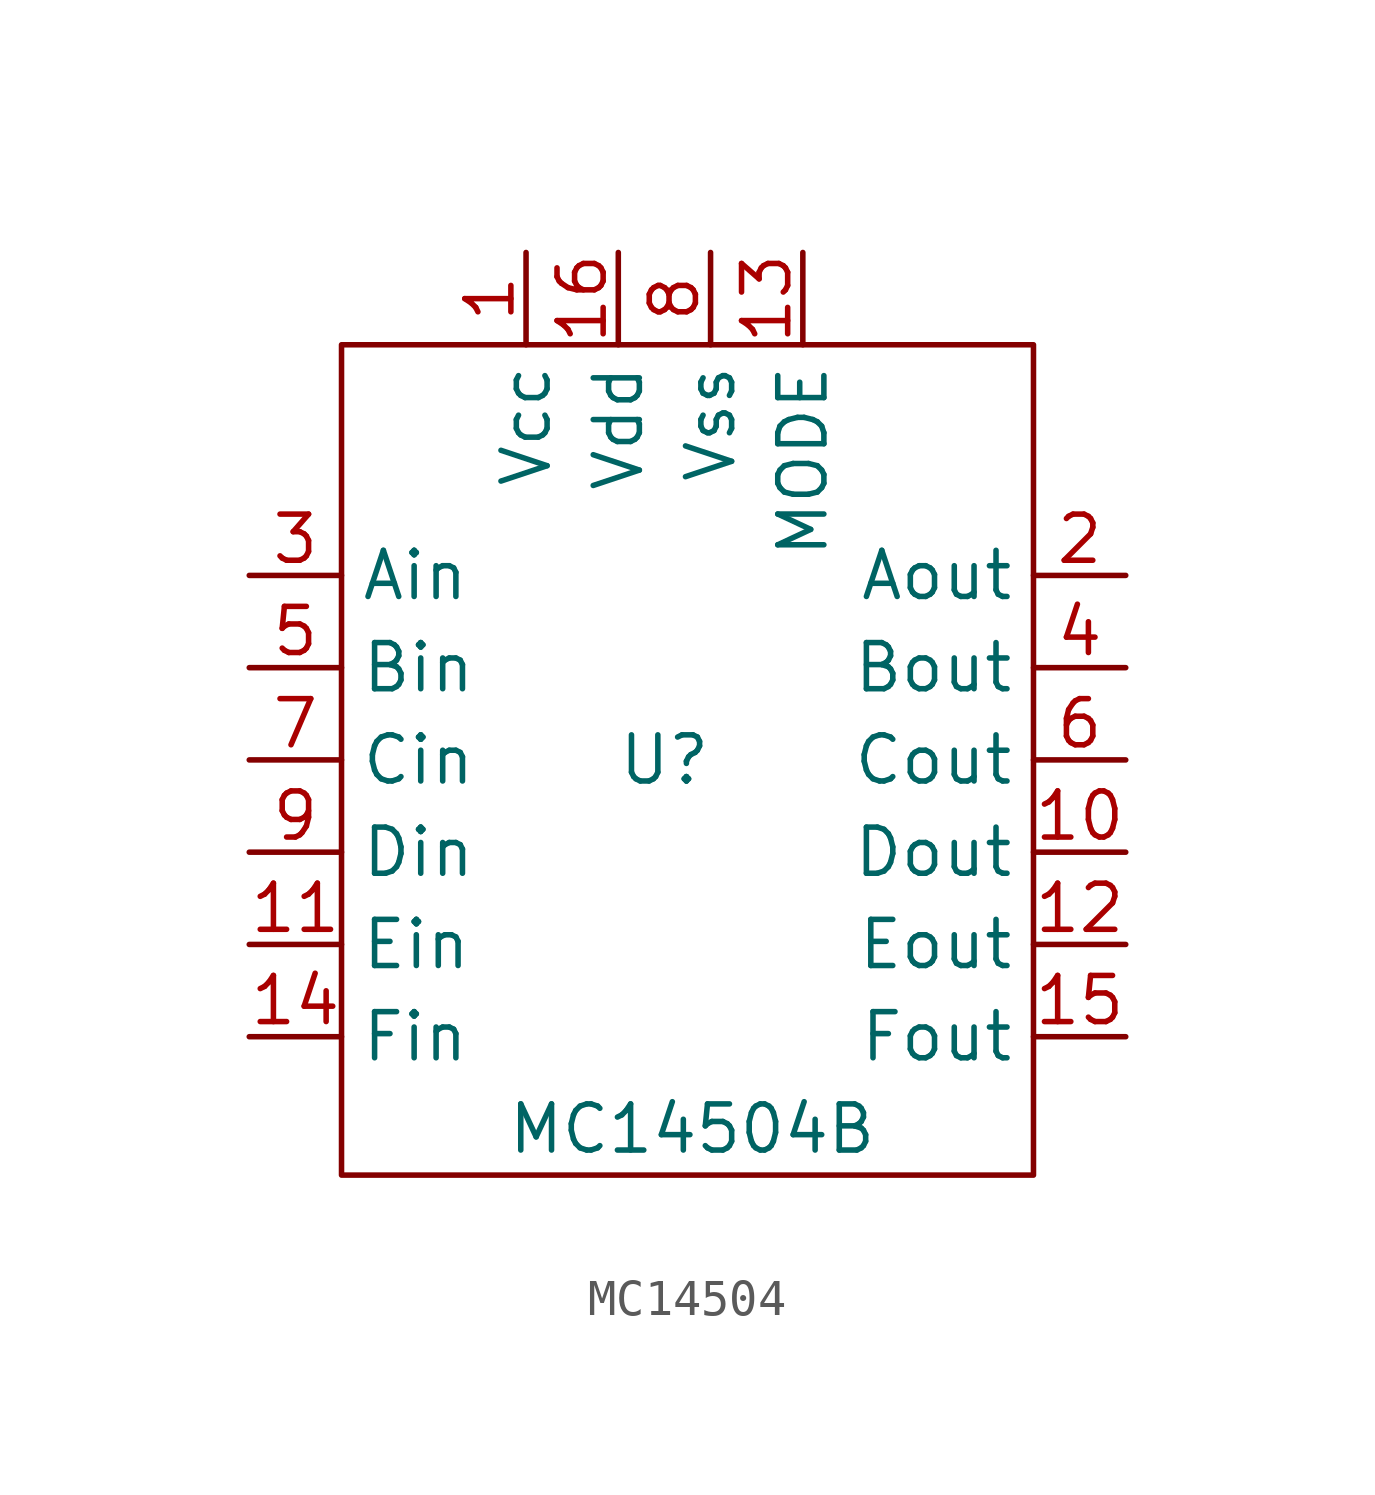
<source format=kicad_sym>
(kicad_symbol_lib
  (version 20241209)
  (generator "kicad_symbol_editor")
  (generator_version "9.0")
  (symbol "MC14504"
    (property "Reference" "U"
      (at 0 0 0)
      (effects (font (size 1.27 1.27))))
    (property "Value" "MC14504B"
      (at 0.762 -10.16 0)
      (effects (font (size 1.27 1.27))))
    (symbol "MC14504_0_0"
      (pin bidirectional line (at -11.43 5.08 0) (length 2.54) (name "Ain" (effects (font (size 1.27 1.27)))) (number "3" (effects (font (size 1.27 1.27)))))
      (pin bidirectional line (at -11.43 2.54 0) (length 2.54) (name "Bin" (effects (font (size 1.27 1.27)))) (number "5" (effects (font (size 1.27 1.27)))))
      (pin bidirectional line (at -11.43 0 0) (length 2.54) (name "Cin" (effects (font (size 1.27 1.27)))) (number "7" (effects (font (size 1.27 1.27)))))
      (pin bidirectional line (at -11.43 -2.54 0) (length 2.54) (name "Din" (effects (font (size 1.27 1.27)))) (number "9" (effects (font (size 1.27 1.27)))))
      (pin bidirectional line (at -11.43 -5.08 0) (length 2.54) (name "Ein" (effects (font (size 1.27 1.27)))) (number "11" (effects (font (size 1.27 1.27)))))
      (pin bidirectional line (at -11.43 -7.62 0) (length 2.54) (name "Fin" (effects (font (size 1.27 1.27)))) (number "14" (effects (font (size 1.27 1.27)))))
      (pin power_in line (at -3.81 13.97 270) (length 2.54) (name "Vcc" (effects (font (size 1.27 1.27)))) (number "1" (effects (font (size 1.27 1.27)))))
      (pin power_in line (at -1.27 13.97 270) (length 2.54) (name "Vdd" (effects (font (size 1.27 1.27)))) (number "16" (effects (font (size 1.27 1.27)))))
      (pin power_in line (at 1.27 13.97 270) (length 2.54) (name "Vss" (effects (font (size 1.27 1.27)))) (number "8" (effects (font (size 1.27 1.27)))))
      (pin bidirectional line (at 3.81 13.97 270) (length 2.54) (name "MODE" (effects (font (size 1.27 1.27)))) (number "13" (effects (font (size 1.27 1.27)))))
      (pin bidirectional line (at 12.7 5.08 180) (length 2.54) (name "Aout" (effects (font (size 1.27 1.27)))) (number "2" (effects (font (size 1.27 1.27)))))
      (pin bidirectional line (at 12.7 2.54 180) (length 2.54) (name "Bout" (effects (font (size 1.27 1.27)))) (number "4" (effects (font (size 1.27 1.27)))))
      (pin bidirectional line (at 12.7 0 180) (length 2.54) (name "Cout" (effects (font (size 1.27 1.27)))) (number "6" (effects (font (size 1.27 1.27)))))
      (pin bidirectional line (at 12.7 -2.54 180) (length 2.54) (name "Dout" (effects (font (size 1.27 1.27)))) (number "10" (effects (font (size 1.27 1.27)))))
      (pin bidirectional line (at 12.7 -5.08 180) (length 2.54) (name "Eout" (effects (font (size 1.27 1.27)))) (number "12" (effects (font (size 1.27 1.27)))))
      (pin bidirectional line (at 12.7 -7.62 180) (length 2.54) (name "Fout" (effects (font (size 1.27 1.27)))) (number "15" (effects (font (size 1.27 1.27))))))
    (symbol "MC14504_0_1"
      (rectangle (start -8.89 11.43) (end 10.16 -11.43) (stroke (width 0) (type default)) (fill (type none))))))
</source>
